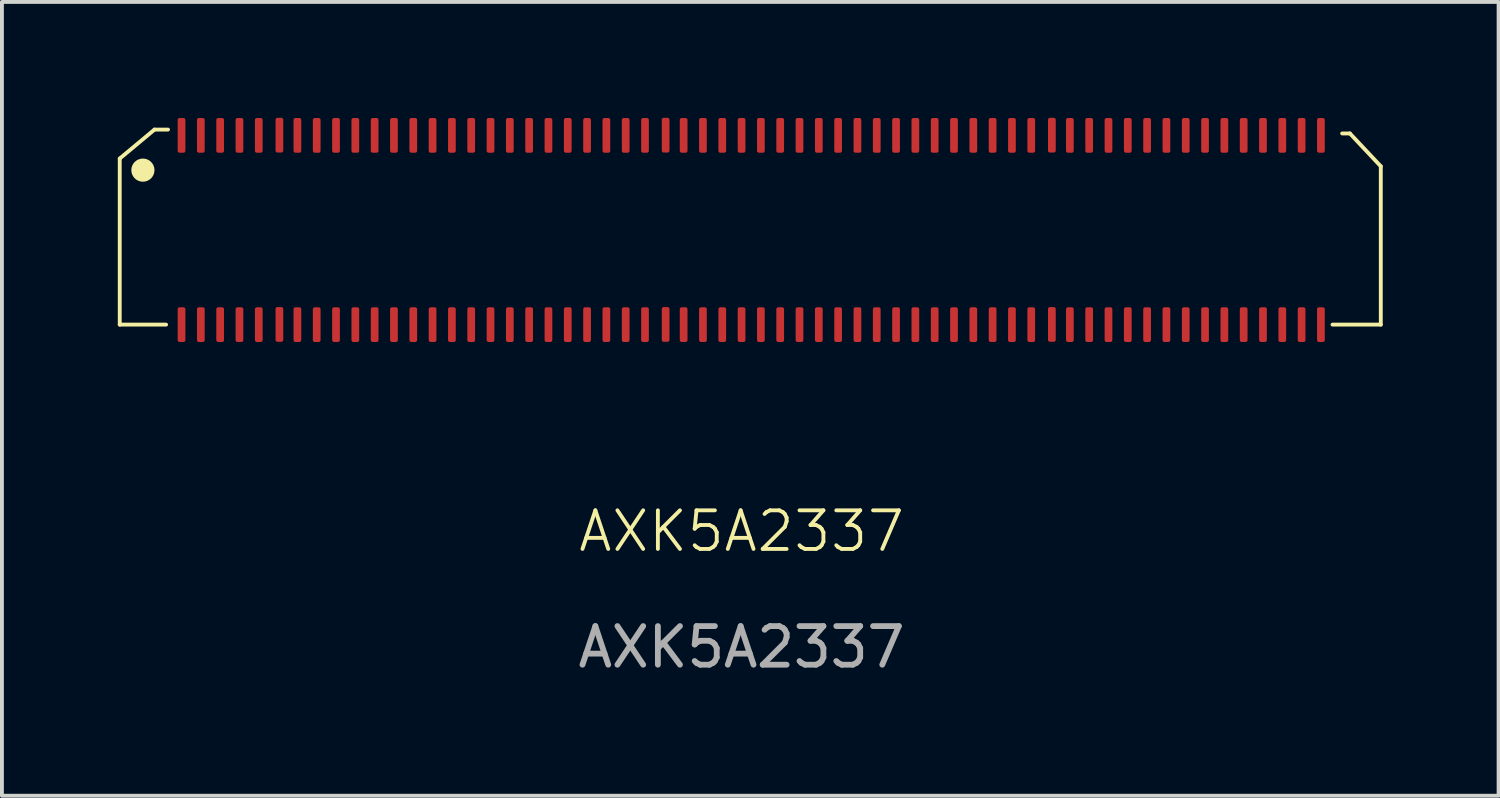
<source format=kicad_pcb>
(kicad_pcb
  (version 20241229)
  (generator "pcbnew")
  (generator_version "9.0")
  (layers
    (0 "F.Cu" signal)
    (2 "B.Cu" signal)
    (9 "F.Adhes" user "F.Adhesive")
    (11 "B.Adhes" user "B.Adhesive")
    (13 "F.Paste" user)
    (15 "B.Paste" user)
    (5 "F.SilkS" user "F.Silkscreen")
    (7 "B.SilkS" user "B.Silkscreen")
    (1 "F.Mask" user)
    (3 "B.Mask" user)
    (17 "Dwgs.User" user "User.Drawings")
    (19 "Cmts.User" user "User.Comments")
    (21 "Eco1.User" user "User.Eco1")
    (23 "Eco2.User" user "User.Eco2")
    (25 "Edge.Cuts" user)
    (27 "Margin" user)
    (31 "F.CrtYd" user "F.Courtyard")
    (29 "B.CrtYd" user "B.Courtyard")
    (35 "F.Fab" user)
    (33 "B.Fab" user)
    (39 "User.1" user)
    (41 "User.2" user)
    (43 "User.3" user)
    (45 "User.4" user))
  (footprint "AXK5A2337"
    (layer "F.Cu")
    (at 16.15 2.905)
    (property "Reference" "AXK5A2337" (at 0 7.8 0) (unlocked yes) (layer "F.SilkS") (effects (font (size 1 1) (thickness 0.1))))
    (attr smd)
    (fp_line (start -16.1 -1.85) (end -15.2 -2.6) (stroke (width 0.1) (type default)) (layer "F.SilkS"))
    (fp_line (start -16.1 2.45) (end -16.1 -1.85) (stroke (width 0.1) (type default)) (layer "F.SilkS"))
    (fp_line (start -15.2 -2.6) (end -14.85 -2.6) (stroke (width 0.1) (type default)) (layer "F.SilkS"))
    (fp_line (start -14.9 2.45) (end -16.1 2.45) (stroke (width 0.1) (type default)) (layer "F.SilkS"))
    (fp_line (start 15.55 -2.5) (end 15.75 -2.5) (stroke (width 0.1) (type default)) (layer "F.SilkS"))
    (fp_line (start 15.75 -2.5) (end 16.55 -1.65) (stroke (width 0.1) (type default)) (layer "F.SilkS"))
    (fp_line (start 16.55 -1.65) (end 16.55 2.45) (stroke (width 0.1) (type default)) (layer "F.SilkS"))
    (fp_line (start 16.55 2.45) (end 15.3 2.45) (stroke (width 0.1) (type default)) (layer "F.SilkS"))
    (fp_circle (center -15.5 -1.55) (end -15.25 -1.55) (stroke (width 0.1) (type solid)) (fill yes) (layer "F.SilkS"))
    (fp_text user "${REFERENCE}" (at 0 10.8 0) (unlocked yes) (layer "F.Fab") (effects (font (size 1 1) (thickness 0.15))))
    (pad "1" smd roundrect (at -14.5 -2.45) (size 0.2 0.9) (layers "F.Cu" "F.Mask" "F.Paste") (roundrect_rratio 0.25))
    (pad "2" smd roundrect (at -14.5 2.45) (size 0.2 0.9) (layers "F.Cu" "F.Mask" "F.Paste") (roundrect_rratio 0.25))
    (pad "3" smd roundrect (at -14 -2.45) (size 0.2 0.9) (layers "F.Cu" "F.Mask" "F.Paste") (roundrect_rratio 0.25))
    (pad "4" smd roundrect (at -14 2.45) (size 0.2 0.9) (layers "F.Cu" "F.Mask" "F.Paste") (roundrect_rratio 0.25))
    (pad "5" smd roundrect (at -13.5 -2.45) (size 0.2 0.9) (layers "F.Cu" "F.Mask" "F.Paste") (roundrect_rratio 0.25))
    (pad "6" smd roundrect (at -13.5 2.45) (size 0.2 0.9) (layers "F.Cu" "F.Mask" "F.Paste") (roundrect_rratio 0.25))
    (pad "7" smd roundrect (at -13 -2.45) (size 0.2 0.9) (layers "F.Cu" "F.Mask" "F.Paste") (roundrect_rratio 0.25))
    (pad "8" smd roundrect (at -13 2.45) (size 0.2 0.9) (layers "F.Cu" "F.Mask" "F.Paste") (roundrect_rratio 0.25))
    (pad "9" smd roundrect (at -12.5 -2.45) (size 0.2 0.9) (layers "F.Cu" "F.Mask" "F.Paste") (roundrect_rratio 0.25))
    (pad "10" smd roundrect (at -12.5 2.45) (size 0.2 0.9) (layers "F.Cu" "F.Mask" "F.Paste") (roundrect_rratio 0.25))
    (pad "11" smd roundrect (at -11.966 -2.455) (size 0.2 0.9) (layers "F.Cu" "F.Mask" "F.Paste") (roundrect_rratio 0.25))
    (pad "12" smd roundrect (at -11.966 2.445) (size 0.2 0.9) (layers "F.Cu" "F.Mask" "F.Paste") (roundrect_rratio 0.25))
    (pad "13" smd roundrect (at -11.5 -2.45) (size 0.2 0.9) (layers "F.Cu" "F.Mask" "F.Paste") (roundrect_rratio 0.25))
    (pad "14" smd roundrect (at -11.5 2.45) (size 0.2 0.9) (layers "F.Cu" "F.Mask" "F.Paste") (roundrect_rratio 0.25))
    (pad "15" smd roundrect (at -11 -2.45) (size 0.2 0.9) (layers "F.Cu" "F.Mask" "F.Paste") (roundrect_rratio 0.25))
    (pad "16" smd roundrect (at -11 2.45) (size 0.2 0.9) (layers "F.Cu" "F.Mask" "F.Paste") (roundrect_rratio 0.25))
    (pad "17" smd roundrect (at -10.5 -2.45) (size 0.2 0.9) (layers "F.Cu" "F.Mask" "F.Paste") (roundrect_rratio 0.25))
    (pad "18" smd roundrect (at -10.5 2.45) (size 0.2 0.9) (layers "F.Cu" "F.Mask" "F.Paste") (roundrect_rratio 0.25))
    (pad "19" smd roundrect (at -10 -2.45) (size 0.2 0.9) (layers "F.Cu" "F.Mask" "F.Paste") (roundrect_rratio 0.25))
    (pad "20" smd roundrect (at -10 2.45) (size 0.2 0.9) (layers "F.Cu" "F.Mask" "F.Paste") (roundrect_rratio 0.25))
    (pad "21" smd roundrect (at -9.5 -2.45) (size 0.2 0.9) (layers "F.Cu" "F.Mask" "F.Paste") (roundrect_rratio 0.25))
    (pad "22" smd roundrect (at -9.5 2.45) (size 0.2 0.9) (layers "F.Cu" "F.Mask" "F.Paste") (roundrect_rratio 0.25))
    (pad "23" smd roundrect (at -9 -2.45) (size 0.2 0.9) (layers "F.Cu" "F.Mask" "F.Paste") (roundrect_rratio 0.25))
    (pad "24" smd roundrect (at -9 2.45) (size 0.2 0.9) (layers "F.Cu" "F.Mask" "F.Paste") (roundrect_rratio 0.25))
    (pad "25" smd roundrect (at -8.5 -2.45) (size 0.2 0.9) (layers "F.Cu" "F.Mask" "F.Paste") (roundrect_rratio 0.25))
    (pad "26" smd roundrect (at -8.5 2.45) (size 0.2 0.9) (layers "F.Cu" "F.Mask" "F.Paste") (roundrect_rratio 0.25))
    (pad "27" smd roundrect (at -8 -2.45) (size 0.2 0.9) (layers "F.Cu" "F.Mask" "F.Paste") (roundrect_rratio 0.25))
    (pad "28" smd roundrect (at -8 2.45) (size 0.2 0.9) (layers "F.Cu" "F.Mask" "F.Paste") (roundrect_rratio 0.25))
    (pad "29" smd roundrect (at -7.5 -2.45) (size 0.2 0.9) (layers "F.Cu" "F.Mask" "F.Paste") (roundrect_rratio 0.25))
    (pad "30" smd roundrect (at -7.5 2.45) (size 0.2 0.9) (layers "F.Cu" "F.Mask" "F.Paste") (roundrect_rratio 0.25))
    (pad "31" smd roundrect (at -7 -2.45) (size 0.2 0.9) (layers "F.Cu" "F.Mask" "F.Paste") (roundrect_rratio 0.25))
    (pad "32" smd roundrect (at -7 2.45) (size 0.2 0.9) (layers "F.Cu" "F.Mask" "F.Paste") (roundrect_rratio 0.25))
    (pad "33" smd roundrect (at -6.5 -2.45) (size 0.2 0.9) (layers "F.Cu" "F.Mask" "F.Paste") (roundrect_rratio 0.25))
    (pad "34" smd roundrect (at -6.5 2.45) (size 0.2 0.9) (layers "F.Cu" "F.Mask" "F.Paste") (roundrect_rratio 0.25))
    (pad "35" smd roundrect (at -6 -2.45) (size 0.2 0.9) (layers "F.Cu" "F.Mask" "F.Paste") (roundrect_rratio 0.25))
    (pad "36" smd roundrect (at -6 2.45) (size 0.2 0.9) (layers "F.Cu" "F.Mask" "F.Paste") (roundrect_rratio 0.25))
    (pad "37" smd roundrect (at -5.5 -2.45) (size 0.2 0.9) (layers "F.Cu" "F.Mask" "F.Paste") (roundrect_rratio 0.25))
    (pad "38" smd roundrect (at -5.5 2.45) (size 0.2 0.9) (layers "F.Cu" "F.Mask" "F.Paste") (roundrect_rratio 0.25))
    (pad "39" smd roundrect (at -5 -2.45) (size 0.2 0.9) (layers "F.Cu" "F.Mask" "F.Paste") (roundrect_rratio 0.25))
    (pad "40" smd roundrect (at -5 2.45) (size 0.2 0.9) (layers "F.Cu" "F.Mask" "F.Paste") (roundrect_rratio 0.25))
    (pad "41" smd roundrect (at -4.5 -2.45) (size 0.2 0.9) (layers "F.Cu" "F.Mask" "F.Paste") (roundrect_rratio 0.25))
    (pad "42" smd roundrect (at -4.5 2.45) (size 0.2 0.9) (layers "F.Cu" "F.Mask" "F.Paste") (roundrect_rratio 0.25))
    (pad "43" smd roundrect (at -4 -2.45) (size 0.2 0.9) (layers "F.Cu" "F.Mask" "F.Paste") (roundrect_rratio 0.25))
    (pad "44" smd roundrect (at -4 2.45) (size 0.2 0.9) (layers "F.Cu" "F.Mask" "F.Paste") (roundrect_rratio 0.25))
    (pad "45" smd roundrect (at -3.5 -2.45) (size 0.2 0.9) (layers "F.Cu" "F.Mask" "F.Paste") (roundrect_rratio 0.25))
    (pad "46" smd roundrect (at -3.5 2.45) (size 0.2 0.9) (layers "F.Cu" "F.Mask" "F.Paste") (roundrect_rratio 0.25))
    (pad "47" smd roundrect (at -3 -2.45) (size 0.2 0.9) (layers "F.Cu" "F.Mask" "F.Paste") (roundrect_rratio 0.25))
    (pad "48" smd roundrect (at -3 2.45) (size 0.2 0.9) (layers "F.Cu" "F.Mask" "F.Paste") (roundrect_rratio 0.25))
    (pad "49" smd roundrect (at -2.5 -2.45) (size 0.2 0.9) (layers "F.Cu" "F.Mask" "F.Paste") (roundrect_rratio 0.25))
    (pad "50" smd roundrect (at -2.5 2.45) (size 0.2 0.9) (layers "F.Cu" "F.Mask" "F.Paste") (roundrect_rratio 0.25))
    (pad "51" smd roundrect (at -1.966 -2.455) (size 0.2 0.9) (layers "F.Cu" "F.Mask" "F.Paste") (roundrect_rratio 0.25))
    (pad "52" smd roundrect (at -1.966 2.445) (size 0.2 0.9) (layers "F.Cu" "F.Mask" "F.Paste") (roundrect_rratio 0.25))
    (pad "53" smd roundrect (at -1.5 -2.45) (size 0.2 0.9) (layers "F.Cu" "F.Mask" "F.Paste") (roundrect_rratio 0.25))
    (pad "54" smd roundrect (at -1.5 2.45) (size 0.2 0.9) (layers "F.Cu" "F.Mask" "F.Paste") (roundrect_rratio 0.25))
    (pad "55" smd roundrect (at -1 -2.45) (size 0.2 0.9) (layers "F.Cu" "F.Mask" "F.Paste") (roundrect_rratio 0.25))
    (pad "56" smd roundrect (at -1 2.45) (size 0.2 0.9) (layers "F.Cu" "F.Mask" "F.Paste") (roundrect_rratio 0.25))
    (pad "57" smd roundrect (at -0.5 -2.45) (size 0.2 0.9) (layers "F.Cu" "F.Mask" "F.Paste") (roundrect_rratio 0.25))
    (pad "58" smd roundrect (at -0.5 2.45) (size 0.2 0.9) (layers "F.Cu" "F.Mask" "F.Paste") (roundrect_rratio 0.25))
    (pad "59" smd roundrect (at 0 -2.45) (size 0.2 0.9) (layers "F.Cu" "F.Mask" "F.Paste") (roundrect_rratio 0.25))
    (pad "60" smd roundrect (at 0 2.45) (size 0.2 0.9) (layers "F.Cu" "F.Mask" "F.Paste") (roundrect_rratio 0.25))
    (pad "61" smd roundrect (at 0.5 -2.45) (size 0.2 0.9) (layers "F.Cu" "F.Mask" "F.Paste") (roundrect_rratio 0.25))
    (pad "62" smd roundrect (at 0.5 2.45) (size 0.2 0.9) (layers "F.Cu" "F.Mask" "F.Paste") (roundrect_rratio 0.25))
    (pad "63" smd roundrect (at 1 -2.45) (size 0.2 0.9) (layers "F.Cu" "F.Mask" "F.Paste") (roundrect_rratio 0.25))
    (pad "64" smd roundrect (at 1 2.45) (size 0.2 0.9) (layers "F.Cu" "F.Mask" "F.Paste") (roundrect_rratio 0.25))
    (pad "65" smd roundrect (at 1.5 -2.45) (size 0.2 0.9) (layers "F.Cu" "F.Mask" "F.Paste") (roundrect_rratio 0.25))
    (pad "66" smd roundrect (at 1.5 2.45) (size 0.2 0.9) (layers "F.Cu" "F.Mask" "F.Paste") (roundrect_rratio 0.25))
    (pad "67" smd roundrect (at 2 -2.45) (size 0.2 0.9) (layers "F.Cu" "F.Mask" "F.Paste") (roundrect_rratio 0.25))
    (pad "68" smd roundrect (at 2 2.45) (size 0.2 0.9) (layers "F.Cu" "F.Mask" "F.Paste") (roundrect_rratio 0.25))
    (pad "69" smd roundrect (at 2.5 -2.45) (size 0.2 0.9) (layers "F.Cu" "F.Mask" "F.Paste") (roundrect_rratio 0.25))
    (pad "70" smd roundrect (at 2.5 2.45) (size 0.2 0.9) (layers "F.Cu" "F.Mask" "F.Paste") (roundrect_rratio 0.25))
    (pad "71" smd roundrect (at 3 -2.45) (size 0.2 0.9) (layers "F.Cu" "F.Mask" "F.Paste") (roundrect_rratio 0.25))
    (pad "72" smd roundrect (at 3 2.45) (size 0.2 0.9) (layers "F.Cu" "F.Mask" "F.Paste") (roundrect_rratio 0.25))
    (pad "73" smd roundrect (at 3.5 -2.45) (size 0.2 0.9) (layers "F.Cu" "F.Mask" "F.Paste") (roundrect_rratio 0.25))
    (pad "74" smd roundrect (at 3.5 2.45) (size 0.2 0.9) (layers "F.Cu" "F.Mask" "F.Paste") (roundrect_rratio 0.25))
    (pad "75" smd roundrect (at 4 -2.45) (size 0.2 0.9) (layers "F.Cu" "F.Mask" "F.Paste") (roundrect_rratio 0.25))
    (pad "76" smd roundrect (at 4 2.45) (size 0.2 0.9) (layers "F.Cu" "F.Mask" "F.Paste") (roundrect_rratio 0.25))
    (pad "77" smd roundrect (at 4.5 -2.45) (size 0.2 0.9) (layers "F.Cu" "F.Mask" "F.Paste") (roundrect_rratio 0.25))
    (pad "78" smd roundrect (at 4.5 2.45) (size 0.2 0.9) (layers "F.Cu" "F.Mask" "F.Paste") (roundrect_rratio 0.25))
    (pad "79" smd roundrect (at 5 -2.45) (size 0.2 0.9) (layers "F.Cu" "F.Mask" "F.Paste") (roundrect_rratio 0.25))
    (pad "80" smd roundrect (at 5 2.45) (size 0.2 0.9) (layers "F.Cu" "F.Mask" "F.Paste") (roundrect_rratio 0.25))
    (pad "81" smd roundrect (at 5.5 -2.45) (size 0.2 0.9) (layers "F.Cu" "F.Mask" "F.Paste") (roundrect_rratio 0.25))
    (pad "82" smd roundrect (at 5.5 2.45) (size 0.2 0.9) (layers "F.Cu" "F.Mask" "F.Paste") (roundrect_rratio 0.25))
    (pad "83" smd roundrect (at 6 -2.45) (size 0.2 0.9) (layers "F.Cu" "F.Mask" "F.Paste") (roundrect_rratio 0.25))
    (pad "84" smd roundrect (at 6 2.45) (size 0.2 0.9) (layers "F.Cu" "F.Mask" "F.Paste") (roundrect_rratio 0.25))
    (pad "85" smd roundrect (at 6.5 -2.45) (size 0.2 0.9) (layers "F.Cu" "F.Mask" "F.Paste") (roundrect_rratio 0.25))
    (pad "86" smd roundrect (at 6.5 2.45) (size 0.2 0.9) (layers "F.Cu" "F.Mask" "F.Paste") (roundrect_rratio 0.25))
    (pad "87" smd roundrect (at 7 -2.45) (size 0.2 0.9) (layers "F.Cu" "F.Mask" "F.Paste") (roundrect_rratio 0.25))
    (pad "88" smd roundrect (at 7 2.45) (size 0.2 0.9) (layers "F.Cu" "F.Mask" "F.Paste") (roundrect_rratio 0.25))
    (pad "89" smd roundrect (at 7.5 -2.45) (size 0.2 0.9) (layers "F.Cu" "F.Mask" "F.Paste") (roundrect_rratio 0.25))
    (pad "90" smd roundrect (at 7.5 2.45) (size 0.2 0.9) (layers "F.Cu" "F.Mask" "F.Paste") (roundrect_rratio 0.25))
    (pad "91" smd roundrect (at 8.034 -2.455) (size 0.2 0.9) (layers "F.Cu" "F.Mask" "F.Paste") (roundrect_rratio 0.25))
    (pad "92" smd roundrect (at 8.034 2.445) (size 0.2 0.9) (layers "F.Cu" "F.Mask" "F.Paste") (roundrect_rratio 0.25))
    (pad "93" smd roundrect (at 8.5 -2.45) (size 0.2 0.9) (layers "F.Cu" "F.Mask" "F.Paste") (roundrect_rratio 0.25))
    (pad "94" smd roundrect (at 8.5 2.45) (size 0.2 0.9) (layers "F.Cu" "F.Mask" "F.Paste") (roundrect_rratio 0.25))
    (pad "95" smd roundrect (at 9 -2.45) (size 0.2 0.9) (layers "F.Cu" "F.Mask" "F.Paste") (roundrect_rratio 0.25))
    (pad "96" smd roundrect (at 9 2.45) (size 0.2 0.9) (layers "F.Cu" "F.Mask" "F.Paste") (roundrect_rratio 0.25))
    (pad "97" smd roundrect (at 9.5 -2.45) (size 0.2 0.9) (layers "F.Cu" "F.Mask" "F.Paste") (roundrect_rratio 0.25))
    (pad "98" smd roundrect (at 9.5 2.45) (size 0.2 0.9) (layers "F.Cu" "F.Mask" "F.Paste") (roundrect_rratio 0.25))
    (pad "99" smd roundrect (at 10 -2.45) (size 0.2 0.9) (layers "F.Cu" "F.Mask" "F.Paste") (roundrect_rratio 0.25))
    (pad "100" smd roundrect (at 10 2.45) (size 0.2 0.9) (layers "F.Cu" "F.Mask" "F.Paste") (roundrect_rratio 0.25))
    (pad "101" smd roundrect (at 10.5 -2.45) (size 0.2 0.9) (layers "F.Cu" "F.Mask" "F.Paste") (roundrect_rratio 0.25))
    (pad "102" smd roundrect (at 10.5 2.45) (size 0.2 0.9) (layers "F.Cu" "F.Mask" "F.Paste") (roundrect_rratio 0.25))
    (pad "103" smd roundrect (at 11 -2.45) (size 0.2 0.9) (layers "F.Cu" "F.Mask" "F.Paste") (roundrect_rratio 0.25))
    (pad "104" smd roundrect (at 11 2.45) (size 0.2 0.9) (layers "F.Cu" "F.Mask" "F.Paste") (roundrect_rratio 0.25))
    (pad "105" smd roundrect (at 11.5 -2.45) (size 0.2 0.9) (layers "F.Cu" "F.Mask" "F.Paste") (roundrect_rratio 0.25))
    (pad "106" smd roundrect (at 11.5 2.45) (size 0.2 0.9) (layers "F.Cu" "F.Mask" "F.Paste") (roundrect_rratio 0.25))
    (pad "107" smd roundrect (at 12 -2.45) (size 0.2 0.9) (layers "F.Cu" "F.Mask" "F.Paste") (roundrect_rratio 0.25))
    (pad "108" smd roundrect (at 12 2.45) (size 0.2 0.9) (layers "F.Cu" "F.Mask" "F.Paste") (roundrect_rratio 0.25))
    (pad "109" smd roundrect (at 12.5 -2.45) (size 0.2 0.9) (layers "F.Cu" "F.Mask" "F.Paste") (roundrect_rratio 0.25))
    (pad "110" smd roundrect (at 12.5 2.45) (size 0.2 0.9) (layers "F.Cu" "F.Mask" "F.Paste") (roundrect_rratio 0.25))
    (pad "111" smd roundrect (at 13 -2.45) (size 0.2 0.9) (layers "F.Cu" "F.Mask" "F.Paste") (roundrect_rratio 0.25))
    (pad "112" smd roundrect (at 13 2.45) (size 0.2 0.9) (layers "F.Cu" "F.Mask" "F.Paste") (roundrect_rratio 0.25))
    (pad "113" smd roundrect (at 13.5 -2.45) (size 0.2 0.9) (layers "F.Cu" "F.Mask" "F.Paste") (roundrect_rratio 0.25))
    (pad "114" smd roundrect (at 13.5 2.45) (size 0.2 0.9) (layers "F.Cu" "F.Mask" "F.Paste") (roundrect_rratio 0.25))
    (pad "115" smd roundrect (at 14 -2.45) (size 0.2 0.9) (layers "F.Cu" "F.Mask" "F.Paste") (roundrect_rratio 0.25))
    (pad "116" smd roundrect (at 14 2.45) (size 0.2 0.9) (layers "F.Cu" "F.Mask" "F.Paste") (roundrect_rratio 0.25))
    (pad "117" smd roundrect (at 14.5 -2.45) (size 0.2 0.9) (layers "F.Cu" "F.Mask" "F.Paste") (roundrect_rratio 0.25))
    (pad "118" smd roundrect (at 14.5 2.45) (size 0.2 0.9) (layers "F.Cu" "F.Mask" "F.Paste") (roundrect_rratio 0.25))
    (pad "119" smd roundrect (at 15 -2.45) (size 0.2 0.9) (layers "F.Cu" "F.Mask" "F.Paste") (roundrect_rratio 0.25))
    (pad "120" smd roundrect (at 15 2.45) (size 0.2 0.9) (layers "F.Cu" "F.Mask" "F.Paste") (roundrect_rratio 0.25)))
  (gr_rect
    (start -3 -3)
    (end 35.75 17.553)
    (stroke (width 0.1) (type default))
    (fill no)
    (layer "Edge.Cuts")))
</source>
